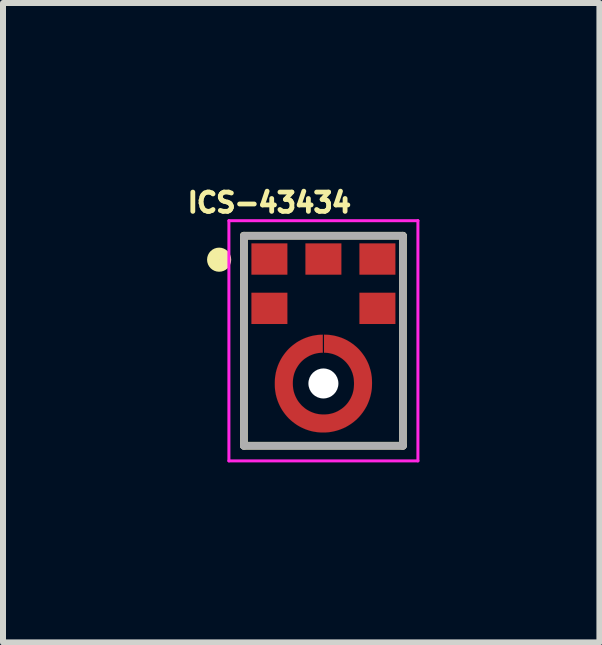
<source format=kicad_pcb>
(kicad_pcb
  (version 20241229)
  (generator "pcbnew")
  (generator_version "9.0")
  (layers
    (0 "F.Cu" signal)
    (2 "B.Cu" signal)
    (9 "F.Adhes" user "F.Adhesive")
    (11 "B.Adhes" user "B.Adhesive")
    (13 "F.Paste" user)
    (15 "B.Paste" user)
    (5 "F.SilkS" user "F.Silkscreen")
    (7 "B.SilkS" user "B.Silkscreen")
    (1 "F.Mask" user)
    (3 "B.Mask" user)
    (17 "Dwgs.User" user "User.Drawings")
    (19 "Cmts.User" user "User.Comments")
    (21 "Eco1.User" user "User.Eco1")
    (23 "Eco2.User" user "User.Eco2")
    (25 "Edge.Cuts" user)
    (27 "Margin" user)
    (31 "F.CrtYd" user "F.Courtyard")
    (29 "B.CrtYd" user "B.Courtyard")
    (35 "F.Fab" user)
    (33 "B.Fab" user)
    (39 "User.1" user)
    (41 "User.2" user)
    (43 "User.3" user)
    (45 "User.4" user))
  (footprint "ICS-43434"
    (layer "F.Cu")
    (at 2.34 2.628)
    (property "Reference" "ICS-43434" (at -0.9 -2.3 0) (layer "F.SilkS") (effects (font (size 0.321 0.321) (thickness 0.15))))
    (attr smd)
    (fp_poly (pts (xy -0.01 -0.1) (xy -0.01 0.2) (xy -0.036 0.201) (xy -0.062 0.203) (xy -0.088 0.206) (xy -0.114 0.211) (xy -0.139 0.217) (xy -0.165 0.224) (xy -0.189 0.233) (xy -0.213 0.243) (xy -0.237 0.254) (xy -0.26 0.267) (xy -0.282 0.281) (xy -0.304 0.295) (xy -0.325 0.311) (xy -0.345 0.328) (xy -0.364 0.346) (xy -0.382 0.365) (xy -0.399 0.385) (xy -0.415 0.406) (xy -0.429 0.428) (xy -0.443 0.45) (xy -0.456 0.473) (xy -0.467 0.497) (xy -0.477 0.521) (xy -0.486 0.545) (xy -0.493 0.571) (xy -0.499 0.596) (xy -0.504 0.622) (xy -0.507 0.648) (xy -0.509 0.674) (xy -0.51 0.7) (xy -0.51 0.72) (xy -0.509 0.747) (xy -0.507 0.773) (xy -0.504 0.8) (xy -0.499 0.826) (xy -0.493 0.852) (xy -0.485 0.878) (xy -0.476 0.903) (xy -0.466 0.927) (xy -0.454 0.952) (xy -0.442 0.975) (xy -0.428 0.998) (xy -0.413 1.02) (xy -0.396 1.041) (xy -0.379 1.061) (xy -0.361 1.081) (xy -0.341 1.099) (xy -0.321 1.116) (xy -0.3 1.133) (xy -0.278 1.148) (xy -0.255 1.162) (xy -0.232 1.174) (xy -0.207 1.186) (xy -0.183 1.196) (xy -0.158 1.205) (xy -0.132 1.213) (xy -0.106 1.219) (xy -0.08 1.224) (xy -0.053 1.227) (xy -0.027 1.229) (xy 0 1.23) (xy 0.01 1.23) (xy 0.036 1.229) (xy 0.062 1.227) (xy 0.088 1.224) (xy 0.114 1.219) (xy 0.139 1.213) (xy 0.165 1.206) (xy 0.189 1.197) (xy 0.213 1.187) (xy 0.237 1.176) (xy 0.26 1.163) (xy 0.282 1.149) (xy 0.304 1.135) (xy 0.325 1.119) (xy 0.345 1.102) (xy 0.364 1.084) (xy 0.382 1.065) (xy 0.399 1.045) (xy 0.415 1.024) (xy 0.429 1.002) (xy 0.443 0.98) (xy 0.456 0.957) (xy 0.467 0.933) (xy 0.477 0.909) (xy 0.486 0.885) (xy 0.493 0.859) (xy 0.499 0.834) (xy 0.504 0.808) (xy 0.507 0.782) (xy 0.509 0.756) (xy 0.51 0.73) (xy 0.51 0.7) (xy 0.509 0.674) (xy 0.507 0.648) (xy 0.504 0.622) (xy 0.499 0.596) (xy 0.493 0.571) (xy 0.486 0.545) (xy 0.477 0.521) (xy 0.467 0.497) (xy 0.456 0.473) (xy 0.443 0.45) (xy 0.429 0.428) (xy 0.415 0.406) (xy 0.399 0.385) (xy 0.382 0.365) (xy 0.364 0.346) (xy 0.345 0.328) (xy 0.325 0.311) (xy 0.304 0.295) (xy 0.282 0.281) (xy 0.26 0.267) (xy 0.237 0.254) (xy 0.213 0.243) (xy 0.189 0.233) (xy 0.165 0.224) (xy 0.139 0.217) (xy 0.114 0.211) (xy 0.088 0.206) (xy 0.062 0.203) (xy 0.036 0.201) (xy 0.01 0.2) (xy 0.01 -0.1) (xy 0.02 -0.1) (xy 0.061 -0.099) (xy 0.103 -0.096) (xy 0.144 -0.09) (xy 0.184 -0.083) (xy 0.224 -0.073) (xy 0.264 -0.061) (xy 0.303 -0.048) (xy 0.341 -0.032) (xy 0.379 -0.014) (xy 0.415 0.006) (xy 0.45 0.027) (xy 0.484 0.051) (xy 0.517 0.076) (xy 0.549 0.103) (xy 0.579 0.131) (xy 0.607 0.161) (xy 0.634 0.193) (xy 0.659 0.226) (xy 0.683 0.26) (xy 0.704 0.295) (xy 0.724 0.331) (xy 0.742 0.369) (xy 0.758 0.407) (xy 0.771 0.446) (xy 0.783 0.486) (xy 0.793 0.526) (xy 0.8 0.566) (xy 0.806 0.607) (xy 0.809 0.649) (xy 0.81 0.69) (xy 0.81 0.72) (xy 0.809 0.762) (xy 0.806 0.805) (xy 0.8 0.847) (xy 0.792 0.888) (xy 0.782 0.93) (xy 0.77 0.97) (xy 0.756 1.01) (xy 0.74 1.049) (xy 0.722 1.088) (xy 0.701 1.125) (xy 0.679 1.161) (xy 0.655 1.196) (xy 0.629 1.23) (xy 0.602 1.262) (xy 0.573 1.293) (xy 0.542 1.322) (xy 0.51 1.349) (xy 0.476 1.375) (xy 0.441 1.399) (xy 0.405 1.421) (xy 0.368 1.442) (xy 0.329 1.46) (xy 0.29 1.476) (xy 0.25 1.49) (xy 0.21 1.502) (xy 0.168 1.512) (xy 0.127 1.52) (xy 0.085 1.526) (xy 0.042 1.529) (xy 0 1.53) (xy -0.01 1.53) (xy -0.052 1.529) (xy -0.094 1.526) (xy -0.135 1.52) (xy -0.176 1.513) (xy -0.217 1.503) (xy -0.257 1.491) (xy -0.297 1.477) (xy -0.335 1.461) (xy -0.373 1.443) (xy -0.41 1.423) (xy -0.446 1.401) (xy -0.48 1.377) (xy -0.513 1.352) (xy -0.545 1.325) (xy -0.576 1.296) (xy -0.605 1.265) (xy -0.632 1.233) (xy -0.657 1.2) (xy -0.681 1.166) (xy -0.703 1.13) (xy -0.723 1.093) (xy -0.741 1.055) (xy -0.757 1.017) (xy -0.771 0.977) (xy -0.783 0.937) (xy -0.793 0.896) (xy -0.8 0.855) (xy -0.806 0.814) (xy -0.809 0.772) (xy -0.81 0.73) (xy -0.81 0.7) (xy -0.809 0.658) (xy -0.806 0.616) (xy -0.8 0.575) (xy -0.793 0.534) (xy -0.783 0.493) (xy -0.771 0.453) (xy -0.757 0.413) (xy -0.741 0.375) (xy -0.723 0.337) (xy -0.703 0.3) (xy -0.681 0.264) (xy -0.657 0.23) (xy -0.632 0.197) (xy -0.605 0.165) (xy -0.576 0.134) (xy -0.545 0.105) (xy -0.513 0.078) (xy -0.48 0.053) (xy -0.446 0.029) (xy -0.41 0.007) (xy -0.373 -0.013) (xy -0.335 -0.031) (xy -0.297 -0.047) (xy -0.257 -0.061) (xy -0.217 -0.073) (xy -0.176 -0.083) (xy -0.135 -0.09) (xy -0.094 -0.096) (xy -0.052 -0.099) (xy -0.01 -0.1)) (stroke (width 0.001) (type solid)) (fill yes) (layer "F.Cu"))
    (fp_circle (center 0 0.713) (end 0.665 0.713) (stroke (width 0.5) (type solid)) (fill no) (layer "F.Mask"))
    (fp_line (start -1.325 -1.75) (end -1.325 1.75) (stroke (width 0.127) (type solid)) (layer "F.SilkS"))
    (fp_line (start -1.325 1.75) (end 1.325 1.75) (stroke (width 0.127) (type solid)) (layer "F.SilkS"))
    (fp_line (start 1.325 -1.75) (end -1.325 -1.75) (stroke (width 0.127) (type solid)) (layer "F.SilkS"))
    (fp_line (start 1.325 1.75) (end 1.325 -1.75) (stroke (width 0.127) (type solid)) (layer "F.SilkS"))
    (fp_circle (center -1.738 -1.35) (end -1.637 -1.35) (stroke (width 0.2) (type solid)) (fill no) (layer "F.SilkS"))
    (fp_poly (pts (xy -0.65 -1.572) (xy -0.65 -1.15) (xy -1.15 -1.15) (xy -1.15 -1.572)) (stroke (width 0.001) (type solid)) (fill yes) (layer "F.Paste"))
    (fp_poly (pts (xy -0.65 -0.75) (xy -0.65 -0.328) (xy -1.15 -0.328) (xy -1.15 -0.75)) (stroke (width 0.001) (type solid)) (fill yes) (layer "F.Paste"))
    (fp_poly (pts (xy 0.25 -1.572) (xy 0.25 -1.15) (xy -0.25 -1.15) (xy -0.25 -1.572)) (stroke (width 0.001) (type solid)) (fill yes) (layer "F.Paste"))
    (fp_poly (pts (xy 1.15 -1.572) (xy 1.15 -1.15) (xy 0.65 -1.15) (xy 0.65 -1.572)) (stroke (width 0.001) (type solid)) (fill yes) (layer "F.Paste"))
    (fp_poly (pts (xy 1.15 -0.75) (xy 1.15 -0.328) (xy 0.65 -0.328) (xy 0.65 -0.75)) (stroke (width 0.001) (type solid)) (fill yes) (layer "F.Paste"))
    (fp_poly (pts (xy -0.51 0.663) (xy -0.508 0.642) (xy -0.504 0.618) (xy -0.499 0.595) (xy -0.493 0.572) (xy -0.486 0.55) (xy -0.478 0.527) (xy -0.469 0.505) (xy -0.459 0.484) (xy -0.448 0.463) (xy -0.436 0.443) (xy -0.423 0.423) (xy -0.41 0.403) (xy -0.395 0.385) (xy -0.379 0.367) (xy -0.363 0.35) (xy -0.346 0.334) (xy -0.328 0.318) (xy -0.31 0.303) (xy -0.29 0.29) (xy -0.27 0.277) (xy -0.25 0.265) (xy -0.229 0.254) (xy -0.208 0.244) (xy -0.186 0.235) (xy -0.163 0.227) (xy -0.141 0.22) (xy -0.118 0.214) (xy -0.095 0.209) (xy -0.071 0.205) (xy -0.05 0.203) (xy -0.05 -0.097) (xy -0.089 -0.094) (xy -0.127 -0.089) (xy -0.166 -0.082) (xy -0.204 -0.074) (xy -0.242 -0.063) (xy -0.28 -0.051) (xy -0.316 -0.036) (xy -0.352 -0.02) (xy -0.387 -0.003) (xy -0.421 0.017) (xy -0.454 0.038) (xy -0.487 0.06) (xy -0.518 0.085) (xy -0.547 0.11) (xy -0.576 0.137) (xy -0.603 0.166) (xy -0.628 0.195) (xy -0.653 0.226) (xy -0.675 0.259) (xy -0.696 0.292) (xy -0.716 0.326) (xy -0.733 0.361) (xy -0.749 0.397) (xy -0.764 0.433) (xy -0.776 0.471) (xy -0.787 0.509) (xy -0.795 0.547) (xy -0.802 0.586) (xy -0.807 0.624) (xy -0.81 0.663) (xy -0.51 0.663)) (stroke (width 0.001) (type solid)) (fill yes) (layer "F.Paste"))
    (fp_poly (pts (xy -0.05 1.223) (xy -0.071 1.221) (xy -0.095 1.217) (xy -0.118 1.212) (xy -0.141 1.206) (xy -0.163 1.199) (xy -0.186 1.191) (xy -0.208 1.182) (xy -0.229 1.172) (xy -0.25 1.161) (xy -0.27 1.149) (xy -0.29 1.136) (xy -0.31 1.123) (xy -0.328 1.108) (xy -0.346 1.092) (xy -0.363 1.076) (xy -0.379 1.059) (xy -0.395 1.041) (xy -0.41 1.023) (xy -0.423 1.003) (xy -0.436 0.983) (xy -0.448 0.963) (xy -0.459 0.942) (xy -0.469 0.921) (xy -0.478 0.899) (xy -0.486 0.876) (xy -0.493 0.854) (xy -0.499 0.831) (xy -0.504 0.808) (xy -0.508 0.784) (xy -0.51 0.763) (xy -0.81 0.763) (xy -0.807 0.802) (xy -0.802 0.84) (xy -0.795 0.879) (xy -0.787 0.917) (xy -0.776 0.955) (xy -0.764 0.993) (xy -0.749 1.029) (xy -0.733 1.065) (xy -0.716 1.1) (xy -0.696 1.134) (xy -0.675 1.167) (xy -0.653 1.2) (xy -0.628 1.231) (xy -0.603 1.26) (xy -0.576 1.289) (xy -0.547 1.316) (xy -0.518 1.341) (xy -0.487 1.366) (xy -0.454 1.388) (xy -0.421 1.409) (xy -0.387 1.429) (xy -0.352 1.446) (xy -0.316 1.462) (xy -0.28 1.477) (xy -0.242 1.489) (xy -0.204 1.5) (xy -0.166 1.508) (xy -0.127 1.515) (xy -0.089 1.52) (xy -0.05 1.523) (xy -0.05 1.223)) (stroke (width 0.001) (type solid)) (fill yes) (layer "F.Paste"))
    (fp_poly (pts (xy 0.05 0.203) (xy 0.071 0.205) (xy 0.095 0.209) (xy 0.118 0.214) (xy 0.141 0.22) (xy 0.163 0.227) (xy 0.186 0.235) (xy 0.208 0.244) (xy 0.229 0.254) (xy 0.25 0.265) (xy 0.27 0.277) (xy 0.29 0.29) (xy 0.31 0.303) (xy 0.328 0.318) (xy 0.346 0.334) (xy 0.363 0.35) (xy 0.379 0.367) (xy 0.395 0.385) (xy 0.41 0.403) (xy 0.423 0.423) (xy 0.436 0.443) (xy 0.448 0.463) (xy 0.459 0.484) (xy 0.469 0.505) (xy 0.478 0.527) (xy 0.486 0.55) (xy 0.493 0.572) (xy 0.499 0.595) (xy 0.504 0.618) (xy 0.508 0.642) (xy 0.51 0.663) (xy 0.81 0.663) (xy 0.807 0.624) (xy 0.802 0.586) (xy 0.795 0.547) (xy 0.787 0.509) (xy 0.776 0.471) (xy 0.764 0.433) (xy 0.749 0.397) (xy 0.733 0.361) (xy 0.716 0.326) (xy 0.696 0.292) (xy 0.675 0.259) (xy 0.653 0.226) (xy 0.628 0.195) (xy 0.603 0.166) (xy 0.576 0.137) (xy 0.547 0.11) (xy 0.518 0.085) (xy 0.487 0.06) (xy 0.454 0.038) (xy 0.421 0.017) (xy 0.387 -0.003) (xy 0.352 -0.02) (xy 0.316 -0.036) (xy 0.28 -0.051) (xy 0.242 -0.063) (xy 0.204 -0.074) (xy 0.166 -0.082) (xy 0.127 -0.089) (xy 0.089 -0.094) (xy 0.05 -0.097) (xy 0.05 0.203)) (stroke (width 0.001) (type solid)) (fill yes) (layer "F.Paste"))
    (fp_poly (pts (xy 0.51 0.763) (xy 0.508 0.784) (xy 0.504 0.808) (xy 0.499 0.831) (xy 0.493 0.854) (xy 0.486 0.876) (xy 0.478 0.899) (xy 0.469 0.921) (xy 0.459 0.942) (xy 0.448 0.963) (xy 0.436 0.983) (xy 0.423 1.003) (xy 0.41 1.023) (xy 0.395 1.041) (xy 0.379 1.059) (xy 0.363 1.076) (xy 0.346 1.092) (xy 0.328 1.108) (xy 0.31 1.123) (xy 0.29 1.136) (xy 0.27 1.149) (xy 0.25 1.161) (xy 0.229 1.172) (xy 0.208 1.182) (xy 0.186 1.191) (xy 0.163 1.199) (xy 0.141 1.206) (xy 0.118 1.212) (xy 0.095 1.217) (xy 0.071 1.221) (xy 0.05 1.223) (xy 0.05 1.523) (xy 0.089 1.52) (xy 0.127 1.515) (xy 0.166 1.508) (xy 0.204 1.5) (xy 0.242 1.489) (xy 0.28 1.477) (xy 0.316 1.462) (xy 0.352 1.446) (xy 0.387 1.429) (xy 0.421 1.409) (xy 0.454 1.388) (xy 0.487 1.366) (xy 0.518 1.341) (xy 0.547 1.316) (xy 0.576 1.289) (xy 0.603 1.26) (xy 0.628 1.231) (xy 0.653 1.2) (xy 0.675 1.167) (xy 0.696 1.134) (xy 0.716 1.1) (xy 0.733 1.065) (xy 0.749 1.029) (xy 0.764 0.993) (xy 0.776 0.955) (xy 0.787 0.917) (xy 0.795 0.879) (xy 0.802 0.84) (xy 0.807 0.802) (xy 0.81 0.763) (xy 0.51 0.763)) (stroke (width 0.001) (type solid)) (fill yes) (layer "F.Paste"))
    (fp_line (start -1.575 -2) (end 1.575 -2) (stroke (width 0.05) (type solid)) (layer "F.CrtYd"))
    (fp_line (start -1.575 2.003) (end -1.575 -2) (stroke (width 0.05) (type solid)) (layer "F.CrtYd"))
    (fp_line (start 1.575 -2) (end 1.575 2.003) (stroke (width 0.05) (type solid)) (layer "F.CrtYd"))
    (fp_line (start 1.575 2.003) (end -1.575 2.003) (stroke (width 0.05) (type solid)) (layer "F.CrtYd"))
    (fp_line (start -1.325 -1.747) (end 1.325 -1.747) (stroke (width 0.127) (type solid)) (layer "F.Fab"))
    (fp_line (start -1.325 1.753) (end -1.325 -1.747) (stroke (width 0.127) (type solid)) (layer "F.Fab"))
    (fp_line (start 1.325 -1.747) (end 1.325 1.753) (stroke (width 0.127) (type solid)) (layer "F.Fab"))
    (fp_line (start 1.325 1.753) (end -1.325 1.753) (stroke (width 0.127) (type solid)) (layer "F.Fab"))
    (pad "" np_thru_hole circle (at 0 0.713) (size 0.5 0.5) (drill 0.5) (layers "*.Cu" "*.Mask"))
    (pad "1" smd rect (at -0.9 -1.361) (size 0.6 0.522) (layers "F.Cu" "F.Mask"))
    (pad "2" smd rect (at -0.9 -0.539) (size 0.6 0.522) (layers "F.Cu" "F.Mask"))
    (pad "3" smd rect (at -0.015 1.383) (size 0.1 0.1) (layers "F.Cu"))
    (pad "4" smd rect (at 0.9 -0.539) (size 0.6 0.522) (layers "F.Cu" "F.Mask"))
    (pad "5" smd rect (at 0.9 -1.361) (size 0.6 0.522) (layers "F.Cu" "F.Mask"))
    (pad "6" smd rect (at 0 -1.361) (size 0.6 0.522) (layers "F.Cu" "F.Mask")))
  (gr_rect
    (start -3 -3)
    (end 6.94 7.656)
    (stroke (width 0.1) (type default))
    (fill no)
    (layer "Edge.Cuts")))
</source>
